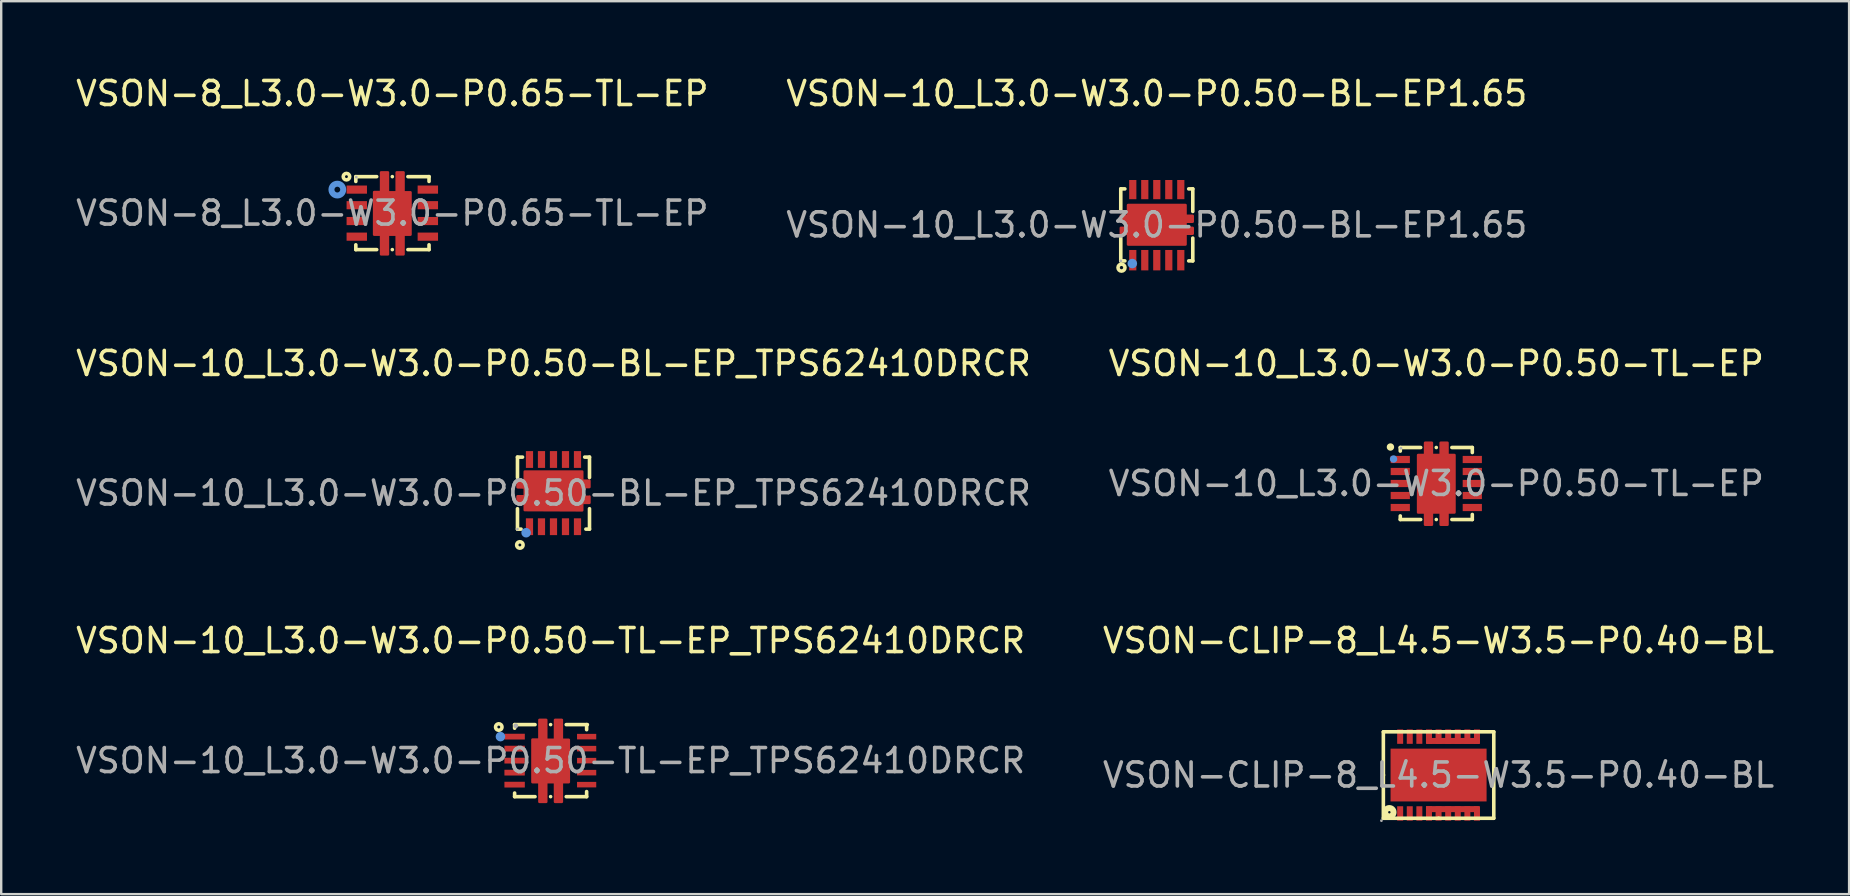
<source format=kicad_pcb>
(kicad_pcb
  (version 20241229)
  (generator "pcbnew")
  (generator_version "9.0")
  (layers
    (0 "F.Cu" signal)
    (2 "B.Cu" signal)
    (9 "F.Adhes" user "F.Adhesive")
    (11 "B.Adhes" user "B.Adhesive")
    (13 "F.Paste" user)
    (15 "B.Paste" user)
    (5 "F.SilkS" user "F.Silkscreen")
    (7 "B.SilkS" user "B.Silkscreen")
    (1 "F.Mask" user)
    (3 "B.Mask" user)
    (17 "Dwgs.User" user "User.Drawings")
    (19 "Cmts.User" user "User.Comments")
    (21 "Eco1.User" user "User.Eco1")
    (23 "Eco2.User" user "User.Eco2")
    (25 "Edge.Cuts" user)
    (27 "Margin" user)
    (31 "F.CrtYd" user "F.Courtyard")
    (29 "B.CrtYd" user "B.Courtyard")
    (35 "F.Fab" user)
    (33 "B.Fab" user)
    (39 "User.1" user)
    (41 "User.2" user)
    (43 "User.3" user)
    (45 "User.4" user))
  (footprint "VSON-CLIP-8_L4.5-W3.5-P0.40-BL"
    (layer "F.Cu")
    (at 56.875 29.235)
    (property "Reference" "VSON-CLIP-8_L4.5-W3.5-P0.40-BL" (at 0 -5.6 0) (layer "F.SilkS") (effects (font (size 1 1) (thickness 0.15))))
    (attr through_hole)
    (fp_line (start -2.3 -1.8) (end -2.3 0) (stroke (width 0.15) (type solid)) (layer "F.SilkS"))
    (fp_line (start -2.3 0) (end -2.3 0) (stroke (width 0.15) (type solid)) (layer "F.SilkS"))
    (fp_line (start -2.3 0) (end -2.3 0) (stroke (width 0.15) (type solid)) (layer "F.SilkS"))
    (fp_line (start -2.3 1.8) (end -2.3 0) (stroke (width 0.15) (type solid)) (layer "F.SilkS"))
    (fp_line (start 0 -1.8) (end -2.3 -1.8) (stroke (width 0.15) (type solid)) (layer "F.SilkS"))
    (fp_line (start 0 -1.8) (end 2.3 -1.8) (stroke (width 0.15) (type solid)) (layer "F.SilkS"))
    (fp_line (start 0 1.8) (end -2.3 1.8) (stroke (width 0.15) (type solid)) (layer "F.SilkS"))
    (fp_line (start 0 1.8) (end 2.3 1.8) (stroke (width 0.15) (type solid)) (layer "F.SilkS"))
    (fp_line (start 2.3 -1.8) (end 2.3 0) (stroke (width 0.15) (type solid)) (layer "F.SilkS"))
    (fp_line (start 2.3 0) (end 2.3 0) (stroke (width 0.15) (type solid)) (layer "F.SilkS"))
    (fp_line (start 2.3 0) (end 2.3 0) (stroke (width 0.15) (type solid)) (layer "F.SilkS"))
    (fp_line (start 2.3 1.8) (end 2.3 0) (stroke (width 0.15) (type solid)) (layer "F.SilkS"))
    (fp_circle (center -2.05 1.55) (end -2 1.55) (stroke (width 0.25) (type solid)) (fill no) (layer "F.SilkS"))
    (fp_circle (center -2.38 1.9) (end -2.35 1.9) (stroke (width 0.06) (type solid)) (fill no) (layer "F.Fab"))
    (fp_text user "${REFERENCE}" (at 0 0 0) (layer "F.Fab") (effects (font (size 1 1) (thickness 0.15))))
    (pad "1" smd rect (at -1.6 1.6 270) (size 0.6 0.25) (layers "F.Cu" "F.Mask" "F.Paste"))
    (pad "2" smd rect (at -1.2 1.6 90) (size 0.6 0.25) (layers "F.Cu" "F.Mask" "F.Paste"))
    (pad "3" smd rect (at -0.8 1.6 90) (size 0.6 0.25) (layers "F.Cu" "F.Mask" "F.Paste"))
    (pad "4" smd rect (at -0.4 1.6 90) (size 0.6 0.25) (layers "F.Cu" "F.Mask" "F.Paste"))
    (pad "4" smd rect (at 0 1.6 90) (size 0.6 0.25) (layers "F.Cu" "F.Mask" "F.Paste"))
    (pad "4" smd rect (at 0.4 1.6 90) (size 0.6 0.25) (layers "F.Cu" "F.Mask" "F.Paste"))
    (pad "4" smd rect (at 0.58 1.42 180) (size 2.2 0.25) (layers "F.Cu" "F.Mask" "F.Paste"))
    (pad "4" smd rect (at 0.8 1.6 90) (size 0.6 0.25) (layers "F.Cu" "F.Mask" "F.Paste"))
    (pad "4" smd rect (at 1.2 1.6 90) (size 0.6 0.25) (layers "F.Cu" "F.Mask" "F.Paste"))
    (pad "4" smd rect (at 1.6 1.6 90) (size 0.6 0.25) (layers "F.Cu" "F.Mask" "F.Paste"))
    (pad "5" smd rect (at -0.4 -1.6 90) (size 0.6 0.25) (layers "F.Cu" "F.Mask" "F.Paste"))
    (pad "5" smd rect (at 0 -1.6 90) (size 0.6 0.25) (layers "F.Cu" "F.Mask" "F.Paste"))
    (pad "5" smd rect (at 0.4 -1.6 90) (size 0.6 0.25) (layers "F.Cu" "F.Mask" "F.Paste"))
    (pad "5" smd rect (at 0.6 -1.42 180) (size 2.2 0.25) (layers "F.Cu" "F.Mask" "F.Paste"))
    (pad "5" smd rect (at 0.8 -1.6 90) (size 0.6 0.25) (layers "F.Cu" "F.Mask" "F.Paste"))
    (pad "5" smd rect (at 1.2 -1.6 90) (size 0.6 0.25) (layers "F.Cu" "F.Mask" "F.Paste"))
    (pad "5" smd rect (at 1.6 -1.6 90) (size 0.6 0.25) (layers "F.Cu" "F.Mask" "F.Paste"))
    (pad "6" smd rect (at -0.8 -1.6 90) (size 0.6 0.25) (layers "F.Cu" "F.Mask" "F.Paste"))
    (pad "7" smd rect (at -1.2 -1.6 90) (size 0.6 0.25) (layers "F.Cu" "F.Mask" "F.Paste"))
    (pad "8" smd rect (at -1.6 -1.6 90) (size 0.6 0.25) (layers "F.Cu" "F.Mask" "F.Paste"))
    (pad "9" smd rect (at 0 0 180) (size 4 2.2) (layers "F.Cu" "F.Mask" "F.Paste")))
  (footprint "VSON-10_L3.0-W3.0-P0.50-TL-EP_TPS62410DRCR"
    (layer "F.Cu")
    (at 19.887 28.635)
    (property "Reference" "VSON-10_L3.0-W3.0-P0.50-TL-EP_TPS62410DRCR" (at 0 -5 0) (layer "F.SilkS") (effects (font (size 1 1) (thickness 0.15))))
    (attr through_hole)
    (fp_line (start -1.5 -1.5) (end -1.5 -1.35) (stroke (width 0.15) (type solid)) (layer "F.SilkS"))
    (fp_line (start -1.5 -1.5) (end -0.65 -1.5) (stroke (width 0.15) (type solid)) (layer "F.SilkS"))
    (fp_line (start -1.5 1.35) (end -1.5 1.5) (stroke (width 0.15) (type solid)) (layer "F.SilkS"))
    (fp_line (start -0.65 1.5) (end -1.5 1.5) (stroke (width 0.15) (type solid)) (layer "F.SilkS"))
    (fp_line (start 0 -1.5) (end 0 -1.5) (stroke (width 0.15) (type solid)) (layer "F.SilkS"))
    (fp_line (start 0 1.5) (end 0 1.5) (stroke (width 0.15) (type solid)) (layer "F.SilkS"))
    (fp_line (start 0.65 -1.5) (end 1.53 -1.5) (stroke (width 0.15) (type solid)) (layer "F.SilkS"))
    (fp_line (start 1.5 -1.5) (end 1.5 -1.29) (stroke (width 0.15) (type solid)) (layer "F.SilkS"))
    (fp_line (start 1.5 1.29) (end 1.5 1.5) (stroke (width 0.15) (type solid)) (layer "F.SilkS"))
    (fp_line (start 1.5 1.5) (end 0.65 1.5) (stroke (width 0.15) (type solid)) (layer "F.SilkS"))
    (fp_circle (center -2.16 -1.4) (end -2.1 -1.4) (stroke (width 0.15) (type solid)) (fill no) (layer "F.SilkS"))
    (fp_circle (center -2.09 -1) (end -1.99 -1) (stroke (width 0.2) (type solid)) (fill no) (layer "Cmts.User"))
    (fp_circle (center -1.45 -1.45) (end -1.4 -1.45) (stroke (width 0.1) (type solid)) (fill no) (layer "F.Fab"))
    (fp_text user "${REFERENCE}" (at 0 0 0) (layer "F.Fab") (effects (font (size 1 1) (thickness 0.15))))
    (pad "1" smd rect (at -1.5 -1 270) (size 0.24 0.85) (layers "F.Cu" "F.Mask" "F.Paste"))
    (pad "2" smd rect (at -1.5 -0.5 270) (size 0.24 0.85) (layers "F.Cu" "F.Mask" "F.Paste"))
    (pad "3" smd rect (at -1.5 0 270) (size 0.24 0.85) (layers "F.Cu" "F.Mask" "F.Paste"))
    (pad "4" smd rect (at -1.5 0.5 270) (size 0.24 0.85) (layers "F.Cu" "F.Mask" "F.Paste"))
    (pad "5" smd rect (at -1.5 1 90) (size 0.24 0.85) (layers "F.Cu" "F.Mask" "F.Paste"))
    (pad "6" smd rect (at 1.5 1 90) (size 0.23 0.8) (layers "F.Cu" "F.Mask" "F.Paste"))
    (pad "7" smd rect (at 1.5 0.5 90) (size 0.23 0.8) (layers "F.Cu" "F.Mask" "F.Paste"))
    (pad "8" smd rect (at 1.5 0 90) (size 0.23 0.8) (layers "F.Cu" "F.Mask" "F.Paste"))
    (pad "9" smd rect (at 1.5 -0.5 270) (size 0.23 0.8) (layers "F.Cu" "F.Mask" "F.Paste"))
    (pad "10" smd rect (at 1.5 -1 270) (size 0.23 0.8) (layers "F.Cu" "F.Mask" "F.Paste"))
    (pad "11" smd custom (at 0 0.01) (size 1 1) (layers "F.Cu" "F.Mask" "F.Paste") (options (anchor circle)) (primitives (gr_poly (pts (xy -0.76 -0.89) (xy -0.47 -0.89) (xy -0.47 -1.71) (xy -0.18 -1.71) (xy -0.18 -0.88) (xy 0.18 -0.88) (xy 0.18 -1.71) (xy 0.47 -1.71) (xy 0.47 -0.88) (xy 0.76 -0.88) (xy 0.76 0.89) (xy 0.47 0.89) (xy 0.47 1.71) (xy 0.18 1.71) (xy 0.18 0.89) (xy -0.18 0.89) (xy -0.18 1.71) (xy -0.47 1.71) (xy -0.47 0.89) (xy -0.76 0.89) (xy -0.76 -0.89)) (width 0.1) (fill yes)))))
  (footprint "VSON-8_L3.0-W3.0-P0.65-TL-EP"
    (layer "F.Cu")
    (at 13.292 5.828)
    (property "Reference" "VSON-8_L3.0-W3.0-P0.65-TL-EP" (at 0 -4.98 0) (layer "F.SilkS") (effects (font (size 1 1) (thickness 0.15))))
    (attr through_hole)
    (fp_line (start -1.52 -1.52) (end -1.52 -1.32) (stroke (width 0.15) (type solid)) (layer "F.SilkS"))
    (fp_line (start -1.52 1.32) (end -1.52 1.52) (stroke (width 0.15) (type solid)) (layer "F.SilkS"))
    (fp_line (start -1.52 1.52) (end -0.65 1.52) (stroke (width 0.15) (type solid)) (layer "F.SilkS"))
    (fp_line (start -0.65 -1.52) (end -1.52 -1.52) (stroke (width 0.15) (type solid)) (layer "F.SilkS"))
    (fp_line (start 0 -1.52) (end 0 -1.52) (stroke (width 0.15) (type solid)) (layer "F.SilkS"))
    (fp_line (start 0 1.52) (end 0 1.52) (stroke (width 0.15) (type solid)) (layer "F.SilkS"))
    (fp_line (start 0.65 1.52) (end 1.53 1.52) (stroke (width 0.15) (type solid)) (layer "F.SilkS"))
    (fp_line (start 1.53 -1.52) (end 0.65 -1.52) (stroke (width 0.15) (type solid)) (layer "F.SilkS"))
    (fp_line (start 1.53 -1.32) (end 1.53 -1.52) (stroke (width 0.15) (type solid)) (layer "F.SilkS"))
    (fp_line (start 1.53 1.52) (end 1.53 1.32) (stroke (width 0.15) (type solid)) (layer "F.SilkS"))
    (fp_circle (center -1.91 -1.52) (end -1.85 -1.52) (stroke (width 0.15) (type solid)) (fill no) (layer "F.SilkS"))
    (fp_circle (center -2.29 -0.98) (end -2.17 -0.98) (stroke (width 0.25) (type solid)) (fill no) (layer "Cmts.User"))
    (fp_circle (center -1.5 -1.5) (end -1.47 -1.5) (stroke (width 0.06) (type solid)) (fill no) (layer "F.Fab"))
    (fp_text user "${REFERENCE}" (at 0 0 0) (layer "F.Fab") (effects (font (size 1 1) (thickness 0.15))))
    (pad "1" smd rect (at -1.48 -0.98 270) (size 0.34 0.85) (layers "F.Cu" "F.Mask" "F.Paste"))
    (pad "2" smd rect (at -1.48 -0.33 270) (size 0.34 0.85) (layers "F.Cu" "F.Mask" "F.Paste"))
    (pad "3" smd rect (at -1.48 0.33 270) (size 0.34 0.85) (layers "F.Cu" "F.Mask" "F.Paste"))
    (pad "4" smd rect (at -1.48 0.98 270) (size 0.34 0.85) (layers "F.Cu" "F.Mask" "F.Paste"))
    (pad "5" smd rect (at 1.48 0.98 90) (size 0.34 0.85) (layers "F.Cu" "F.Mask" "F.Paste"))
    (pad "6" smd rect (at 1.48 0.33 90) (size 0.34 0.85) (layers "F.Cu" "F.Mask" "F.Paste"))
    (pad "7" smd rect (at 1.48 -0.33 90) (size 0.34 0.85) (layers "F.Cu" "F.Mask" "F.Paste"))
    (pad "8" smd rect (at 1.48 -0.98 90) (size 0.34 0.85) (layers "F.Cu" "F.Mask" "F.Paste"))
    (pad "9" smd custom (at 0 0.01) (size 1 1) (layers "F.Cu" "F.Mask" "F.Paste") (options (anchor circle)) (primitives (gr_poly (pts (xy -0.76 -0.89) (xy -0.47 -0.89) (xy -0.47 -1.71) (xy -0.18 -1.71) (xy -0.18 -0.88) (xy 0.18 -0.88) (xy 0.18 -1.71) (xy 0.47 -1.71) (xy 0.47 -0.88) (xy 0.76 -0.88) (xy 0.76 0.89) (xy 0.47 0.89) (xy 0.47 1.71) (xy 0.18 1.71) (xy 0.18 0.89) (xy -0.18 0.89) (xy -0.18 1.71) (xy -0.47 1.71) (xy -0.47 0.89) (xy -0.76 0.89) (xy -0.76 -0.89)) (width 0.1) (fill yes)))))
  (footprint "VSON-10_L3.0-W3.0-P0.50-TL-EP"
    (layer "F.Cu")
    (at 56.78 17.091)
    (property "Reference" "VSON-10_L3.0-W3.0-P0.50-TL-EP" (at 0 -5 0) (layer "F.SilkS") (effects (font (size 1 1) (thickness 0.15))))
    (attr through_hole)
    (fp_line (start -1.5 -1.5) (end -1.5 -1.35) (stroke (width 0.15) (type solid)) (layer "F.SilkS"))
    (fp_line (start -1.5 -1.5) (end -0.65 -1.5) (stroke (width 0.15) (type solid)) (layer "F.SilkS"))
    (fp_line (start -1.5 1.35) (end -1.5 1.5) (stroke (width 0.15) (type solid)) (layer "F.SilkS"))
    (fp_line (start -0.65 1.5) (end -1.5 1.5) (stroke (width 0.15) (type solid)) (layer "F.SilkS"))
    (fp_line (start 0 -1.5) (end 0 -1.5) (stroke (width 0.15) (type solid)) (layer "F.SilkS"))
    (fp_line (start 0 1.5) (end 0 1.5) (stroke (width 0.15) (type solid)) (layer "F.SilkS"))
    (fp_line (start 0.65 -1.5) (end 1.5 -1.5) (stroke (width 0.15) (type solid)) (layer "F.SilkS"))
    (fp_line (start 1.5 -1.5) (end 1.5 -1.29) (stroke (width 0.15) (type solid)) (layer "F.SilkS"))
    (fp_line (start 1.5 1.29) (end 1.5 1.5) (stroke (width 0.15) (type solid)) (layer "F.SilkS"))
    (fp_line (start 1.5 1.5) (end 0.65 1.5) (stroke (width 0.15) (type solid)) (layer "F.SilkS"))
    (fp_circle (center -1.91 -1.52) (end -1.83 -1.52) (stroke (width 0.15) (type solid)) (fill no) (layer "F.SilkS"))
    (fp_circle (center -1.78 -1.02) (end -1.7 -1.02) (stroke (width 0.15) (type solid)) (fill no) (layer "Cmts.User"))
    (fp_circle (center -1.47 -1.47) (end -1.44 -1.47) (stroke (width 0.06) (type solid)) (fill no) (layer "F.Fab"))
    (fp_text user "${REFERENCE}" (at 0 0 0) (layer "F.Fab") (effects (font (size 1 1) (thickness 0.15))))
    (pad "1" smd rect (at -1.5 -1) (size 0.8 0.3) (layers "F.Cu" "F.Mask" "F.Paste"))
    (pad "2" smd rect (at -1.5 -0.5) (size 0.8 0.3) (layers "F.Cu" "F.Mask" "F.Paste"))
    (pad "3" smd rect (at -1.5 0) (size 0.8 0.3) (layers "F.Cu" "F.Mask" "F.Paste"))
    (pad "4" smd rect (at -1.5 0.5) (size 0.8 0.3) (layers "F.Cu" "F.Mask" "F.Paste"))
    (pad "5" smd rect (at -1.5 1) (size 0.8 0.3) (layers "F.Cu" "F.Mask" "F.Paste"))
    (pad "6" smd rect (at 1.5 1) (size 0.8 0.3) (layers "F.Cu" "F.Mask" "F.Paste"))
    (pad "7" smd rect (at 1.5 0.5) (size 0.8 0.3) (layers "F.Cu" "F.Mask" "F.Paste"))
    (pad "8" smd rect (at 1.5 0) (size 0.8 0.3) (layers "F.Cu" "F.Mask" "F.Paste"))
    (pad "9" smd rect (at 1.5 -0.5) (size 0.8 0.3) (layers "F.Cu" "F.Mask" "F.Paste"))
    (pad "10" smd rect (at 1.5 -1) (size 0.8 0.3) (layers "F.Cu" "F.Mask" "F.Paste"))
    (pad "11" smd custom (at 0 0.01) (size 1 1) (layers "F.Cu" "F.Mask" "F.Paste") (options (anchor circle)) (primitives (gr_poly (pts (xy -0.76 -1.2) (xy -0.47 -1.2) (xy -0.47 -1.71) (xy -0.18 -1.71) (xy -0.18 -1.2) (xy 0.18 -1.2) (xy 0.18 -1.71) (xy 0.47 -1.71) (xy 0.47 -1.2) (xy 0.76 -1.2) (xy 0.76 1.2) (xy 0.47 1.2) (xy 0.47 1.71) (xy 0.18 1.71) (xy 0.18 1.2) (xy -0.18 1.2) (xy -0.18 1.71) (xy -0.47 1.71) (xy -0.47 1.2) (xy -0.76 1.2) (xy -0.76 -0.89)) (width 0.1) (fill yes)))))
  (footprint "VSON-10_L3.0-W3.0-P0.50-BL-EP_TPS62410DRCR"
    (layer "F.Cu")
    (at 20.006 17.491)
    (property "Reference" "VSON-10_L3.0-W3.0-P0.50-BL-EP_TPS62410DRCR" (at 0 -5.4 0) (layer "F.SilkS") (effects (font (size 1 1) (thickness 0.15))))
    (attr through_hole)
    (fp_line (start -1.5 -1.5) (end -1.5 -0.65) (stroke (width 0.15) (type solid)) (layer "F.SilkS"))
    (fp_line (start -1.5 -1.5) (end -1.29 -1.5) (stroke (width 0.15) (type solid)) (layer "F.SilkS"))
    (fp_line (start -1.5 1.5) (end -1.5 0.65) (stroke (width 0.15) (type solid)) (layer "F.SilkS"))
    (fp_line (start -1.5 1.5) (end -1.35 1.5) (stroke (width 0.15) (type solid)) (layer "F.SilkS"))
    (fp_line (start 1.3 -1.5) (end 1.5 -1.5) (stroke (width 0.15) (type solid)) (layer "F.SilkS"))
    (fp_line (start 1.35 1.5) (end 1.5 1.5) (stroke (width 0.15) (type solid)) (layer "F.SilkS"))
    (fp_line (start 1.5 -1.5) (end 1.5 -0.65) (stroke (width 0.15) (type solid)) (layer "F.SilkS"))
    (fp_line (start 1.5 0.65) (end 1.5 1.5) (stroke (width 0.15) (type solid)) (layer "F.SilkS"))
    (fp_circle (center -1.4 2.16) (end -1.34 2.16) (stroke (width 0.15) (type solid)) (fill no) (layer "F.SilkS"))
    (fp_circle (center -1.14 1.65) (end -1.04 1.65) (stroke (width 0.2) (type solid)) (fill no) (layer "Cmts.User"))
    (fp_circle (center -1.5 1.5) (end -1.47 1.5) (stroke (width 0.06) (type solid)) (fill no) (layer "F.Fab"))
    (fp_text user "${REFERENCE}" (at 0 0 0) (layer "F.Fab") (effects (font (size 1 1) (thickness 0.15))))
    (pad "1" smd rect (at -1 1.4) (size 0.3 0.7) (layers "F.Cu" "F.Mask" "F.Paste"))
    (pad "2" smd rect (at -0.5 1.4) (size 0.3 0.7) (layers "F.Cu" "F.Mask" "F.Paste"))
    (pad "3" smd rect (at 0 1.4) (size 0.3 0.7) (layers "F.Cu" "F.Mask" "F.Paste"))
    (pad "4" smd rect (at 0.5 1.4) (size 0.3 0.7) (layers "F.Cu" "F.Mask" "F.Paste"))
    (pad "5" smd rect (at 1 1.4 180) (size 0.3 0.7) (layers "F.Cu" "F.Mask" "F.Paste"))
    (pad "6" smd rect (at 1 -1.4 180) (size 0.3 0.7) (layers "F.Cu" "F.Mask" "F.Paste"))
    (pad "7" smd rect (at 0.5 -1.4 180) (size 0.3 0.7) (layers "F.Cu" "F.Mask" "F.Paste"))
    (pad "8" smd rect (at 0 -1.4 180) (size 0.3 0.7) (layers "F.Cu" "F.Mask" "F.Paste"))
    (pad "9" smd rect (at -0.5 -1.4) (size 0.3 0.7) (layers "F.Cu" "F.Mask" "F.Paste"))
    (pad "10" smd rect (at -1 -1.4) (size 0.3 0.7) (layers "F.Cu" "F.Mask" "F.Paste"))
    (pad "11" smd custom (at 0 -0.05) (size 1 1) (layers "F.Cu" "F.Mask" "F.Paste") (options (anchor circle)) (primitives (gr_poly (pts (xy -1.5 -0.47) (xy -1.2 -0.47) (xy -1.2 -0.85) (xy 1.2 -0.85) (xy 1.2 -0.47) (xy 1.5 -0.47) (xy 1.5 -0.2) (xy 1.2 -0.2) (xy 1.2 0.19) (xy 1.2 0.2) (xy 1.5 0.2) (xy 1.5 0.19) (xy 1.5 0.46) (xy 1.2 0.46) (xy 1.2 0.77) (xy -1.2 0.76) (xy -1.2 0.47) (xy -1.5 0.47) (xy -1.5 0.18) (xy -1.2 0.18) (xy -1.2 -0.18) (xy -1.5 -0.19)) (width 0.1) (fill yes)))))
  (footprint "VSON-10_L3.0-W3.0-P0.50-BL-EP1.65"
    (layer "F.Cu")
    (at 45.137 6.318)
    (property "Reference" "VSON-10_L3.0-W3.0-P0.50-BL-EP1.65" (at 0 -5.47 0) (layer "F.SilkS") (effects (font (size 1 1) (thickness 0.15))))
    (attr through_hole)
    (fp_line (start -1.5 -1.5) (end -1.33 -1.5) (stroke (width 0.15) (type solid)) (layer "F.SilkS"))
    (fp_line (start -1.5 -0.56) (end -1.5 -1.5) (stroke (width 0.15) (type solid)) (layer "F.SilkS"))
    (fp_line (start -1.5 1.5) (end -1.5 0.55) (stroke (width 0.15) (type solid)) (layer "F.SilkS"))
    (fp_line (start -1.33 1.5) (end -1.5 1.5) (stroke (width 0.15) (type solid)) (layer "F.SilkS"))
    (fp_line (start 1.33 -1.5) (end 1.5 -1.5) (stroke (width 0.15) (type solid)) (layer "F.SilkS"))
    (fp_line (start 1.5 -1.5) (end 1.5 -0.56) (stroke (width 0.15) (type solid)) (layer "F.SilkS"))
    (fp_line (start 1.5 0.55) (end 1.5 1.5) (stroke (width 0.15) (type solid)) (layer "F.SilkS"))
    (fp_line (start 1.5 1.5) (end 1.33 1.5) (stroke (width 0.15) (type solid)) (layer "F.SilkS"))
    (fp_circle (center -1.47 1.78) (end -1.4 1.78) (stroke (width 0.15) (type solid)) (fill no) (layer "F.SilkS"))
    (fp_circle (center -1.02 1.61) (end -0.92 1.61) (stroke (width 0.2) (type solid)) (fill no) (layer "Cmts.User"))
    (fp_circle (center -1.5 1.5) (end -1.47 1.5) (stroke (width 0.06) (type solid)) (fill no) (layer "F.Fab"))
    (fp_text user "${REFERENCE}" (at 0 0 0) (layer "F.Fab") (effects (font (size 1 1) (thickness 0.15))))
    (pad "1" smd rect (at -1 1.47) (size 0.3 0.85) (layers "F.Cu" "F.Mask" "F.Paste"))
    (pad "2" smd rect (at -0.5 1.47) (size 0.3 0.85) (layers "F.Cu" "F.Mask" "F.Paste"))
    (pad "3" smd rect (at 0 1.47) (size 0.3 0.85) (layers "F.Cu" "F.Mask" "F.Paste"))
    (pad "4" smd rect (at 0.5 1.47) (size 0.3 0.85) (layers "F.Cu" "F.Mask" "F.Paste"))
    (pad "5" smd rect (at 1 1.47 180) (size 0.3 0.85) (layers "F.Cu" "F.Mask" "F.Paste"))
    (pad "6" smd rect (at 1 -1.47 180) (size 0.3 0.8) (layers "F.Cu" "F.Mask" "F.Paste"))
    (pad "7" smd rect (at 0.5 -1.47 180) (size 0.3 0.8) (layers "F.Cu" "F.Mask" "F.Paste"))
    (pad "8" smd rect (at 0 -1.47 180) (size 0.3 0.8) (layers "F.Cu" "F.Mask" "F.Paste"))
    (pad "9" smd rect (at -0.5 -1.47) (size 0.3 0.8) (layers "F.Cu" "F.Mask" "F.Paste"))
    (pad "10" smd rect (at -1 -1.47) (size 0.3 0.8) (layers "F.Cu" "F.Mask" "F.Paste"))
    (pad "11" smd custom (at 0 0) (size 1 1) (layers "F.Cu" "F.Mask" "F.Paste") (options (anchor circle)) (primitives (gr_poly (pts (xy -1.2 0.77) (xy -1.2 0.37) (xy -1.5 0.37) (xy -1.5 0.12) (xy -1.2 0.12) (xy -1.2 -0.13) (xy -1.5 -0.13) (xy -1.5 -0.38) (xy -1.2 -0.38) (xy -1.2 -0.83) (xy 1.2 -0.83) (xy 1.2 -0.38) (xy 1.5 -0.38) (xy 1.5 -0.13) (xy 1.2 -0.13) (xy 1.2 0.12) (xy 1.5 0.12) (xy 1.5 0.37) (xy 1.2 0.37) (xy 1.2 0.82) (xy -1.2 0.82)) (width 0.1) (fill yes)))))
  (gr_rect
    (start -3 -3)
    (end 73.976 34.195)
    (stroke (width 0.1) (type default))
    (fill no)
    (layer "Edge.Cuts")))
</source>
